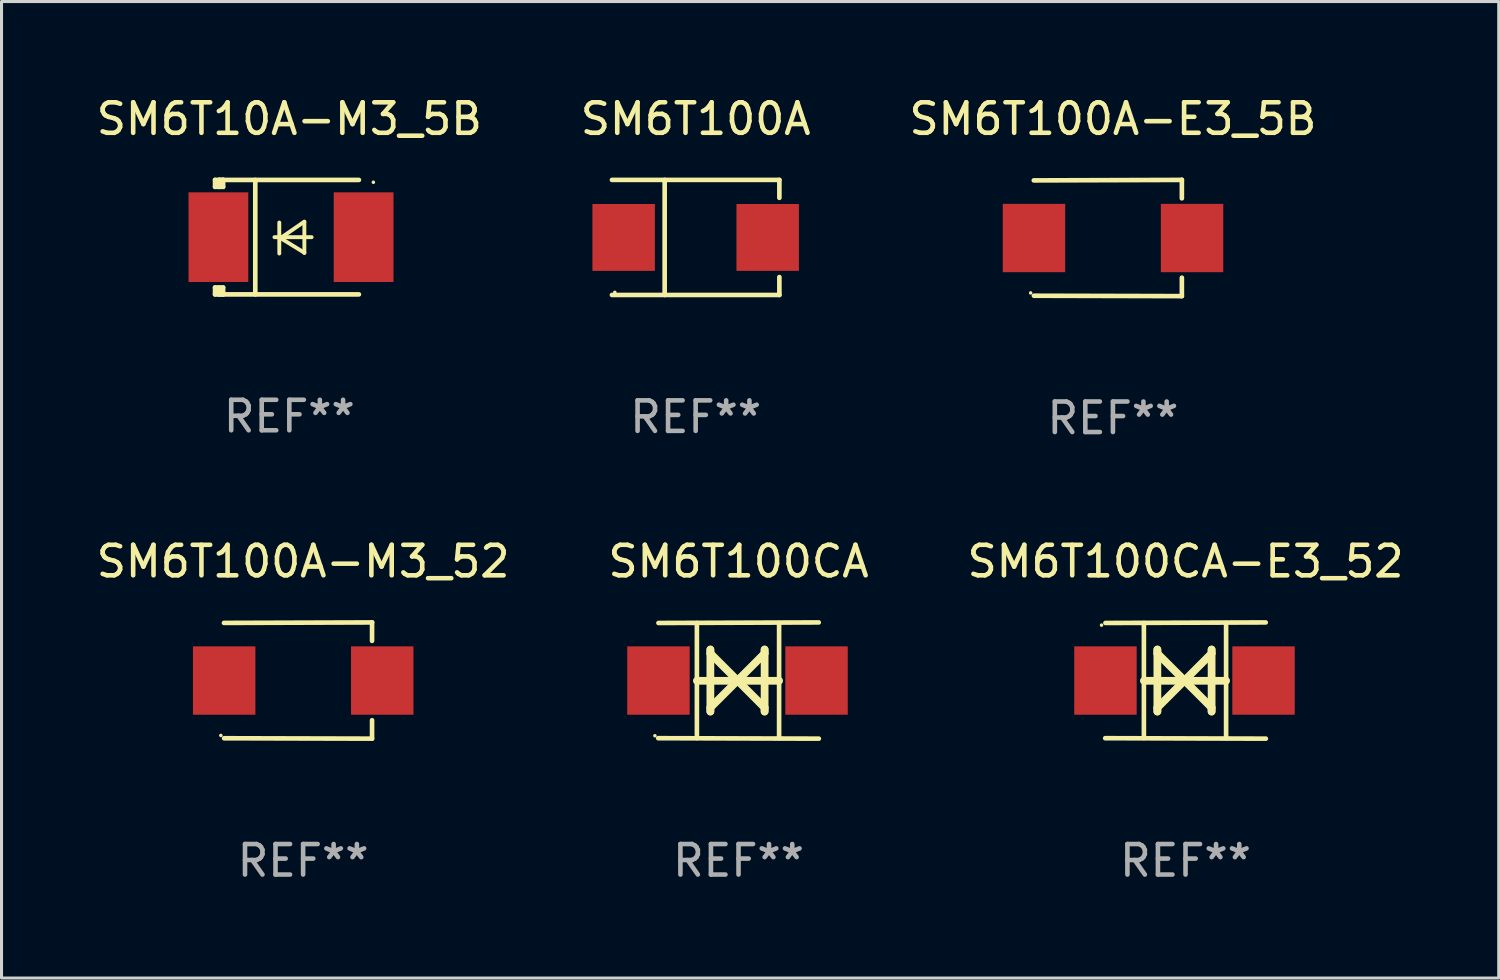
<source format=kicad_pcb>
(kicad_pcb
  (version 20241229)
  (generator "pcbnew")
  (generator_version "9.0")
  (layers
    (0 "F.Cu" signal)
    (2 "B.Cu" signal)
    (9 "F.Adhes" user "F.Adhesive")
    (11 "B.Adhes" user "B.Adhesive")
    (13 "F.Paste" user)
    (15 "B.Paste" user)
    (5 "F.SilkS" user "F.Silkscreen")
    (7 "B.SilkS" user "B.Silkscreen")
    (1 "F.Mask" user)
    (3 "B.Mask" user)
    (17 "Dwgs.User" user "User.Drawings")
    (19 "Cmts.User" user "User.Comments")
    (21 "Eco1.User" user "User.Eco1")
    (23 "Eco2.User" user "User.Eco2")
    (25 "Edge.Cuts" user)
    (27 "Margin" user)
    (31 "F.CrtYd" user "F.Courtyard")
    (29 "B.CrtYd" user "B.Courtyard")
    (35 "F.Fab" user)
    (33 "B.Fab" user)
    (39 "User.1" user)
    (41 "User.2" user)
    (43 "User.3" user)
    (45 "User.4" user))
  (footprint "SM6T100CA-E3_52"
    (layer "F.Cu")
    (at 35.815 19.26)
    (property "Reference" "SM6T100CA-E3_52" (at 0 -3.905 0) (layer "F.SilkS") (effects (font (size 1 1) (thickness 0.15))))
    (attr through_hole)
    (fp_line (start -1.365 1.886) (end -1.365 -1.886) (stroke (width 0.152) (type solid)) (layer "F.SilkS"))
    (fp_line (start -1.365 0.008) (end 1.33 0.008) (stroke (width 0.254) (type solid)) (layer "F.SilkS"))
    (fp_line (start -0.923 -1.016) (end -0.923 1.016) (stroke (width 0.254) (type solid)) (layer "F.SilkS"))
    (fp_line (start -0.923 -0.889) (end -0.923 -1.016) (stroke (width 0.254) (type solid)) (layer "F.SilkS"))
    (fp_line (start -0.923 0.889) (end -0.034 0) (stroke (width 0.254) (type solid)) (layer "F.SilkS"))
    (fp_line (start -0.923 1.016) (end -0.923 0.889) (stroke (width 0.254) (type solid)) (layer "F.SilkS"))
    (fp_line (start -0.034 0) (end -0.923 -0.889) (stroke (width 0.254) (type solid)) (layer "F.SilkS"))
    (fp_line (start -0.034 0) (end 0.855 0.889) (stroke (width 0.254) (type solid)) (layer "F.SilkS"))
    (fp_line (start 0.855 -1.016) (end 0.855 -0.889) (stroke (width 0.254) (type solid)) (layer "F.SilkS"))
    (fp_line (start 0.855 -0.889) (end -0.034 0) (stroke (width 0.254) (type solid)) (layer "F.SilkS"))
    (fp_line (start 0.855 0.889) (end 0.855 1.016) (stroke (width 0.254) (type solid)) (layer "F.SilkS"))
    (fp_line (start 0.855 1.016) (end 0.855 -1.016) (stroke (width 0.254) (type solid)) (layer "F.SilkS"))
    (fp_line (start 1.33 1.886) (end 1.33 -1.886) (stroke (width 0.152) (type solid)) (layer "F.SilkS"))
    (fp_line (start 2.629 -1.905) (end -2.625 -1.887) (stroke (width 0.152) (type solid)) (layer "F.SilkS"))
    (fp_line (start 2.633 1.905) (end -2.633 1.89) (stroke (width 0.152) (type solid)) (layer "F.SilkS"))
    (fp_circle (center -2.753 -1.816) (end -2.723 -1.816) (stroke (width 0.06) (type solid)) (fill no) (layer "F.SilkS"))
    (fp_text user "REF**" (at 0 5.905 0) (layer "F.Fab") (effects (font (size 1 1) (thickness 0.15))))
    (pad "1" smd rect (at -2.625 0) (size 2.047 2.241) (layers "F.Cu" "F.Mask" "F.Paste"))
    (pad "2" smd rect (at 2.557 0) (size 2.047 2.241) (layers "F.Cu" "F.Mask" "F.Paste")))
  (footprint "SM6T100A"
    (layer "F.Cu")
    (at 19.756 4.734)
    (property "Reference" "SM6T100A" (at 0 -3.886 0) (layer "F.SilkS") (effects (font (size 1 1) (thickness 0.15))))
    (attr through_hole)
    (fp_line (start -2.744 -1.886) (end 2.744 -1.886) (stroke (width 0.152) (type solid)) (layer "F.SilkS"))
    (fp_line (start -2.744 1.886) (end 2.744 1.886) (stroke (width 0.152) (type solid)) (layer "F.SilkS"))
    (fp_line (start -1.016 -1.886) (end -1.016 1.886) (stroke (width 0.152) (type solid)) (layer "F.SilkS"))
    (fp_line (start 2.744 -1.886) (end 2.744 -1.299) (stroke (width 0.152) (type solid)) (layer "F.SilkS"))
    (fp_line (start 2.744 1.886) (end 2.744 1.299) (stroke (width 0.152) (type solid)) (layer "F.SilkS"))
    (fp_circle (center -2.65 1.8) (end -2.62 1.8) (stroke (width 0.06) (type solid)) (fill no) (layer "F.SilkS"))
    (fp_text user "REF**" (at 0 5.886 0) (layer "F.Fab") (effects (font (size 1 1) (thickness 0.15))))
    (pad "1" smd rect (at -2.361 0) (size 2.047 2.192) (layers "F.Cu" "F.Mask" "F.Paste"))
    (pad "2" smd rect (at 2.361 0) (size 2.047 2.192) (layers "F.Cu" "F.Mask" "F.Paste")))
  (footprint "SM6T100CA"
    (layer "F.Cu")
    (at 21.161 19.26)
    (property "Reference" "SM6T100CA" (at 0 -3.905 0) (layer "F.SilkS") (effects (font (size 1 1) (thickness 0.15))))
    (attr through_hole)
    (fp_line (start -1.365 1.886) (end -1.365 -1.886) (stroke (width 0.152) (type solid)) (layer "F.SilkS"))
    (fp_line (start -1.365 0.008) (end 1.33 0.008) (stroke (width 0.254) (type solid)) (layer "F.SilkS"))
    (fp_line (start -0.923 -1.016) (end -0.923 1.016) (stroke (width 0.254) (type solid)) (layer "F.SilkS"))
    (fp_line (start -0.923 -0.889) (end -0.923 -1.016) (stroke (width 0.254) (type solid)) (layer "F.SilkS"))
    (fp_line (start -0.923 0.889) (end -0.034 0) (stroke (width 0.254) (type solid)) (layer "F.SilkS"))
    (fp_line (start -0.923 1.016) (end -0.923 0.889) (stroke (width 0.254) (type solid)) (layer "F.SilkS"))
    (fp_line (start -0.034 0) (end -0.923 -0.889) (stroke (width 0.254) (type solid)) (layer "F.SilkS"))
    (fp_line (start -0.034 0) (end 0.855 0.889) (stroke (width 0.254) (type solid)) (layer "F.SilkS"))
    (fp_line (start 0.855 -1.016) (end 0.855 -0.889) (stroke (width 0.254) (type solid)) (layer "F.SilkS"))
    (fp_line (start 0.855 -0.889) (end -0.034 0) (stroke (width 0.254) (type solid)) (layer "F.SilkS"))
    (fp_line (start 0.855 0.889) (end 0.855 1.016) (stroke (width 0.254) (type solid)) (layer "F.SilkS"))
    (fp_line (start 0.855 1.016) (end 0.855 -1.016) (stroke (width 0.254) (type solid)) (layer "F.SilkS"))
    (fp_line (start 1.33 1.886) (end 1.33 -1.886) (stroke (width 0.152) (type solid)) (layer "F.SilkS"))
    (fp_line (start 2.629 -1.905) (end -2.625 -1.887) (stroke (width 0.152) (type solid)) (layer "F.SilkS"))
    (fp_line (start 2.633 1.905) (end -2.633 1.89) (stroke (width 0.152) (type solid)) (layer "F.SilkS"))
    (fp_circle (center -2.741 1.81) (end -2.711 1.81) (stroke (width 0.06) (type solid)) (fill no) (layer "F.SilkS"))
    (fp_text user "REF**" (at 0 5.905 0) (layer "F.Fab") (effects (font (size 1 1) (thickness 0.15))))
    (pad "1" smd rect (at -2.625 0) (size 2.047 2.241) (layers "F.Cu" "F.Mask" "F.Paste"))
    (pad "2" smd rect (at 2.557 0) (size 2.047 2.241) (layers "F.Cu" "F.Mask" "F.Paste")))
  (footprint "SM6T10A-M3_5B"
    (layer "F.Cu")
    (at 6.435 4.725)
    (property "Reference" "SM6T10A-M3_5B" (at 0 -3.876 0) (layer "F.SilkS") (effects (font (size 1 1) (thickness 0.15))))
    (attr through_hole)
    (fp_line (start -2.435 1.65) (end -2.171 1.65) (stroke (width 0.152) (type solid)) (layer "F.SilkS"))
    (fp_line (start -2.435 1.876) (end -2.435 1.65) (stroke (width 0.152) (type solid)) (layer "F.SilkS"))
    (fp_line (start -2.435 -1.876) (end -2.171 -1.876) (stroke (width 0.152) (type solid)) (layer "F.SilkS"))
    (fp_line (start -2.435 -1.65) (end -2.435 -1.876) (stroke (width 0.152) (type solid)) (layer "F.SilkS"))
    (fp_line (start -2.305 -1.866) (end -2.295 -1.876) (stroke (width 0.152) (type solid)) (layer "F.SilkS"))
    (fp_line (start -2.305 -1.65) (end -2.305 -1.866) (stroke (width 0.152) (type solid)) (layer "F.SilkS"))
    (fp_line (start -2.305 1.876) (end -2.305 1.65) (stroke (width 0.152) (type solid)) (layer "F.SilkS"))
    (fp_line (start -2.295 -1.876) (end -2.295 -1.65) (stroke (width 0.152) (type solid)) (layer "F.SilkS"))
    (fp_line (start -2.171 1.876) (end -2.435 1.876) (stroke (width 0.152) (type solid)) (layer "F.SilkS"))
    (fp_line (start -2.171 -1.65) (end -2.435 -1.65) (stroke (width 0.152) (type solid)) (layer "F.SilkS"))
    (fp_line (start -2.171 -1.876) (end -2.295 -1.876) (stroke (width 0.152) (type solid)) (layer "F.SilkS"))
    (fp_line (start -2.171 -1.65) (end -2.171 -1.876) (stroke (width 0.152) (type solid)) (layer "F.SilkS"))
    (fp_line (start -2.171 1.876) (end -2.305 1.876) (stroke (width 0.152) (type solid)) (layer "F.SilkS"))
    (fp_line (start -2.171 1.876) (end -2.171 1.65) (stroke (width 0.152) (type solid)) (layer "F.SilkS"))
    (fp_line (start -1.116 1.876) (end -1.116 -1.876) (stroke (width 0.152) (type solid)) (layer "F.SilkS"))
    (fp_line (start -0.488 0.000102) (end 0.731 0.000102) (stroke (width 0.127) (type solid)) (layer "F.SilkS"))
    (fp_line (start -0.329 -0.48) (end -0.329 0.536) (stroke (width 0.127) (type solid)) (layer "F.SilkS"))
    (fp_line (start -0.29 0.03) (end 0.493 0.51) (stroke (width 0.127) (type solid)) (layer "F.SilkS"))
    (fp_line (start 0.493 -0.51) (end -0.29 0.03) (stroke (width 0.127) (type solid)) (layer "F.SilkS"))
    (fp_line (start 0.493 0.52) (end 0.493 -0.496) (stroke (width 0.127) (type solid)) (layer "F.SilkS"))
    (fp_line (start 2.281 -1.876) (end -2.171 -1.876) (stroke (width 0.152) (type solid)) (layer "F.SilkS"))
    (fp_line (start 2.281 1.876) (end -2.171 1.876) (stroke (width 0.152) (type solid)) (layer "F.SilkS"))
    (fp_circle (center 2.755 -1.8) (end 2.785 -1.8) (stroke (width 0.06) (type solid)) (fill no) (layer "F.SilkS"))
    (fp_text user "REF**" (at 0 5.876 0) (layer "F.Fab") (effects (font (size 1 1) (thickness 0.15))))
    (pad "1" smd rect (at 2.435 -0.000025 180) (size 1.96 2.94) (layers "F.Cu" "F.Mask" "F.Paste"))
    (pad "2" smd rect (at -2.325 -0.000025 180) (size 1.96 2.94) (layers "F.Cu" "F.Mask" "F.Paste")))
  (footprint "SM6T100A-E3_5B"
    (layer "F.Cu")
    (at 33.435 4.753)
    (property "Reference" "SM6T100A-E3_5B" (at 0 -3.905 0) (layer "F.SilkS") (effects (font (size 1 1) (thickness 0.15))))
    (attr through_hole)
    (fp_line (start 2.256 -1.905) (end -2.594 -1.889) (stroke (width 0.152) (type solid)) (layer "F.SilkS"))
    (fp_line (start 2.256 -1.905) (end 2.26 -1.905) (stroke (width 0.152) (type solid)) (layer "F.SilkS"))
    (fp_line (start 2.26 -1.905) (end 2.26 -1.301) (stroke (width 0.152) (type solid)) (layer "F.SilkS"))
    (fp_line (start 2.26 1.301) (end 2.26 1.905) (stroke (width 0.152) (type solid)) (layer "F.SilkS"))
    (fp_line (start 2.26 1.905) (end -2.59 1.892) (stroke (width 0.152) (type solid)) (layer "F.SilkS"))
    (fp_circle (center -2.697 1.8) (end -2.667 1.8) (stroke (width 0.06) (type solid)) (fill no) (layer "F.SilkS"))
    (fp_text user "REF**" (at 0 5.905 0) (layer "F.Fab") (effects (font (size 1 1) (thickness 0.15))))
    (pad "1" smd rect (at -2.588 0) (size 2.047 2.241) (layers "F.Cu" "F.Mask" "F.Paste"))
    (pad "2" smd rect (at 2.594 0) (size 2.047 2.241) (layers "F.Cu" "F.Mask" "F.Paste")))
  (footprint "SM6T100A-M3_52"
    (layer "F.Cu")
    (at 6.887 19.26)
    (property "Reference" "SM6T100A-M3_52" (at 0 -3.905 0) (layer "F.SilkS") (effects (font (size 1 1) (thickness 0.15))))
    (attr through_hole)
    (fp_line (start 2.256 -1.905) (end -2.594 -1.889) (stroke (width 0.152) (type solid)) (layer "F.SilkS"))
    (fp_line (start 2.256 -1.905) (end 2.26 -1.905) (stroke (width 0.152) (type solid)) (layer "F.SilkS"))
    (fp_line (start 2.26 -1.905) (end 2.26 -1.301) (stroke (width 0.152) (type solid)) (layer "F.SilkS"))
    (fp_line (start 2.26 1.301) (end 2.26 1.905) (stroke (width 0.152) (type solid)) (layer "F.SilkS"))
    (fp_line (start 2.26 1.905) (end -2.59 1.892) (stroke (width 0.152) (type solid)) (layer "F.SilkS"))
    (fp_circle (center -2.697 1.8) (end -2.667 1.8) (stroke (width 0.06) (type solid)) (fill no) (layer "F.SilkS"))
    (fp_text user "REF**" (at 0 5.905 0) (layer "F.Fab") (effects (font (size 1 1) (thickness 0.15))))
    (pad "1" smd rect (at -2.588 0) (size 2.047 2.241) (layers "F.Cu" "F.Mask" "F.Paste"))
    (pad "2" smd rect (at 2.594 0) (size 2.047 2.241) (layers "F.Cu" "F.Mask" "F.Paste")))
  (gr_rect
    (start -3 -3)
    (end 46.083 29.013)
    (stroke (width 0.1) (type default))
    (fill no)
    (layer "Edge.Cuts")))
</source>
